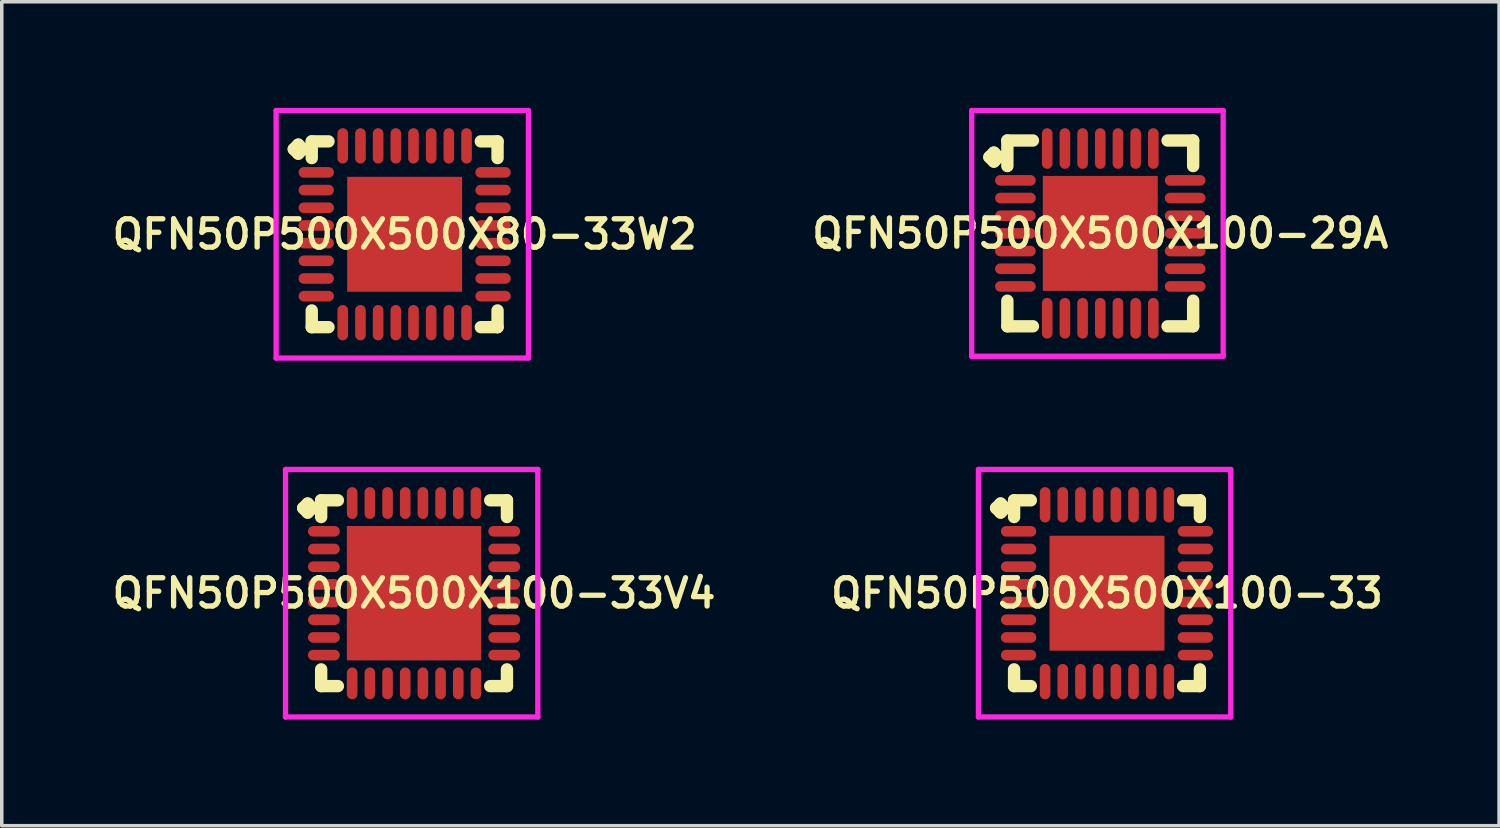
<source format=kicad_pcb>
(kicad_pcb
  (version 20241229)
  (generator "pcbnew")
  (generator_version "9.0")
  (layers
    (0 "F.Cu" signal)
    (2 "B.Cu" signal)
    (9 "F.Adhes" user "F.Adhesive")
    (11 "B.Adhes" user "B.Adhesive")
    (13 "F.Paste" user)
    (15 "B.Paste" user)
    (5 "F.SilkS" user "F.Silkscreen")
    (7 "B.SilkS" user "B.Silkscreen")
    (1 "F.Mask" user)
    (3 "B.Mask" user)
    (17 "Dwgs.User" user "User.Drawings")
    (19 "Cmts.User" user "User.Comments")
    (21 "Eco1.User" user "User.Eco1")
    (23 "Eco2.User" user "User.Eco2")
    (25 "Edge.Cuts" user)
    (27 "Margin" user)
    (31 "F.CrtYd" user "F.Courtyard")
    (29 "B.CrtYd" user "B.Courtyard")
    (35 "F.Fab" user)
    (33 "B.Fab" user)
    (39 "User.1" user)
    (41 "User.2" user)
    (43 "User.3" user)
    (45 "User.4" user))
  (footprint "QFN50P500X500X100-33"
    (layer "F.Cu")
    (at 28.254 13.725)
    (property "Reference" "QFN50P500X500X100-33" (at 0 0 0) (layer "F.SilkS") (effects (font (size 0.8 0.8) (thickness 0.15))))
    (attr smd)
    (fp_line (start -3.135 -2.408) (end -3.008 -2.535) (stroke (width 0.35) (type solid)) (layer "F.SilkS"))
    (fp_line (start -3.008 -2.535) (end -2.881 -2.408) (stroke (width 0.35) (type solid)) (layer "F.SilkS"))
    (fp_line (start -3.008 -2.281) (end -3.135 -2.408) (stroke (width 0.35) (type solid)) (layer "F.SilkS"))
    (fp_line (start -2.881 -2.408) (end -3.008 -2.281) (stroke (width 0.35) (type solid)) (layer "F.SilkS"))
    (fp_line (start -2.627 -2.627) (end -2.154 -2.627) (stroke (width 0.35) (type solid)) (layer "F.SilkS"))
    (fp_line (start -2.627 -2.154) (end -2.627 -2.627) (stroke (width 0.35) (type solid)) (layer "F.SilkS"))
    (fp_line (start -2.627 2.154) (end -2.627 2.627) (stroke (width 0.35) (type solid)) (layer "F.SilkS"))
    (fp_line (start -2.627 2.627) (end -2.154 2.627) (stroke (width 0.35) (type solid)) (layer "F.SilkS"))
    (fp_line (start 2.154 -2.627) (end 2.627 -2.627) (stroke (width 0.35) (type solid)) (layer "F.SilkS"))
    (fp_line (start 2.154 2.627) (end 2.627 2.627) (stroke (width 0.35) (type solid)) (layer "F.SilkS"))
    (fp_line (start 2.627 -2.627) (end 2.627 -2.154) (stroke (width 0.35) (type solid)) (layer "F.SilkS"))
    (fp_line (start 2.627 2.627) (end 2.627 2.154) (stroke (width 0.35) (type solid)) (layer "F.SilkS"))
    (fp_line (start -3.635 -3.5) (end 3.5 -3.5) (stroke (width 0.15) (type solid)) (layer "F.CrtYd"))
    (fp_line (start -3.635 3.5) (end -3.635 -3.5) (stroke (width 0.15) (type solid)) (layer "F.CrtYd"))
    (fp_line (start 3.5 -3.5) (end 3.5 3.5) (stroke (width 0.15) (type solid)) (layer "F.CrtYd"))
    (fp_line (start 3.5 3.5) (end -3.635 3.5) (stroke (width 0.15) (type solid)) (layer "F.CrtYd"))
    (pad "1" smd oval (at -2.5 -1.75) (size 1 0.3) (layers "F.Cu" "F.Mask" "F.Paste"))
    (pad "2" smd oval (at -2.5 -1.25) (size 1 0.3) (layers "F.Cu" "F.Mask" "F.Paste"))
    (pad "3" smd oval (at -2.5 -0.75) (size 1 0.3) (layers "F.Cu" "F.Mask" "F.Paste"))
    (pad "4" smd oval (at -2.5 -0.25) (size 1 0.3) (layers "F.Cu" "F.Mask" "F.Paste"))
    (pad "5" smd oval (at -2.5 0.25) (size 1 0.3) (layers "F.Cu" "F.Mask" "F.Paste"))
    (pad "6" smd oval (at -2.5 0.75) (size 1 0.3) (layers "F.Cu" "F.Mask" "F.Paste"))
    (pad "7" smd oval (at -2.5 1.25) (size 1 0.3) (layers "F.Cu" "F.Mask" "F.Paste"))
    (pad "8" smd oval (at -2.5 1.75) (size 1 0.3) (layers "F.Cu" "F.Mask" "F.Paste"))
    (pad "9" smd oval (at -1.75 2.5) (size 0.3 1) (layers "F.Cu" "F.Mask" "F.Paste"))
    (pad "10" smd oval (at -1.25 2.5) (size 0.3 1) (layers "F.Cu" "F.Mask" "F.Paste"))
    (pad "11" smd oval (at -0.75 2.5) (size 0.3 1) (layers "F.Cu" "F.Mask" "F.Paste"))
    (pad "12" smd oval (at -0.25 2.5) (size 0.3 1) (layers "F.Cu" "F.Mask" "F.Paste"))
    (pad "13" smd oval (at 0.25 2.5) (size 0.3 1) (layers "F.Cu" "F.Mask" "F.Paste"))
    (pad "14" smd oval (at 0.75 2.5) (size 0.3 1) (layers "F.Cu" "F.Mask" "F.Paste"))
    (pad "15" smd oval (at 1.25 2.5) (size 0.3 1) (layers "F.Cu" "F.Mask" "F.Paste"))
    (pad "16" smd oval (at 1.75 2.5) (size 0.3 1) (layers "F.Cu" "F.Mask" "F.Paste"))
    (pad "17" smd oval (at 2.5 1.75) (size 1 0.3) (layers "F.Cu" "F.Mask" "F.Paste"))
    (pad "18" smd oval (at 2.5 1.25) (size 1 0.3) (layers "F.Cu" "F.Mask" "F.Paste"))
    (pad "19" smd oval (at 2.5 0.75) (size 1 0.3) (layers "F.Cu" "F.Mask" "F.Paste"))
    (pad "20" smd oval (at 2.5 0.25) (size 1 0.3) (layers "F.Cu" "F.Mask" "F.Paste"))
    (pad "21" smd oval (at 2.5 -0.25) (size 1 0.3) (layers "F.Cu" "F.Mask" "F.Paste"))
    (pad "22" smd oval (at 2.5 -0.75) (size 1 0.3) (layers "F.Cu" "F.Mask" "F.Paste"))
    (pad "23" smd oval (at 2.5 -1.25) (size 1 0.3) (layers "F.Cu" "F.Mask" "F.Paste"))
    (pad "24" smd oval (at 2.5 -1.75) (size 1 0.3) (layers "F.Cu" "F.Mask" "F.Paste"))
    (pad "25" smd oval (at 1.75 -2.5) (size 0.3 1) (layers "F.Cu" "F.Mask" "F.Paste"))
    (pad "26" smd oval (at 1.25 -2.5) (size 0.3 1) (layers "F.Cu" "F.Mask" "F.Paste"))
    (pad "27" smd oval (at 0.75 -2.5) (size 0.3 1) (layers "F.Cu" "F.Mask" "F.Paste"))
    (pad "28" smd oval (at 0.25 -2.5) (size 0.3 1) (layers "F.Cu" "F.Mask" "F.Paste"))
    (pad "29" smd oval (at -0.25 -2.5) (size 0.3 1) (layers "F.Cu" "F.Mask" "F.Paste"))
    (pad "30" smd oval (at -0.75 -2.5) (size 0.3 1) (layers "F.Cu" "F.Mask" "F.Paste"))
    (pad "31" smd oval (at -1.25 -2.5) (size 0.3 1) (layers "F.Cu" "F.Mask" "F.Paste"))
    (pad "32" smd oval (at -1.75 -2.5) (size 0.3 1) (layers "F.Cu" "F.Mask" "F.Paste"))
    (pad "33" smd rect (at 0 0) (size 3.25 3.25) (layers "F.Cu" "F.Mask" "F.Paste")))
  (footprint "QFN50P500X500X80-33W2"
    (layer "F.Cu")
    (at 8.393 3.575)
    (property "Reference" "QFN50P500X500X80-33W2" (at 0 0 0) (layer "F.SilkS") (effects (font (size 0.8 0.8) (thickness 0.15))))
    (attr smd)
    (fp_line (start -3.135 -2.408) (end -3.008 -2.535) (stroke (width 0.35) (type solid)) (layer "F.SilkS"))
    (fp_line (start -3.008 -2.535) (end -2.881 -2.408) (stroke (width 0.35) (type solid)) (layer "F.SilkS"))
    (fp_line (start -3.008 -2.281) (end -3.135 -2.408) (stroke (width 0.35) (type solid)) (layer "F.SilkS"))
    (fp_line (start -2.881 -2.408) (end -3.008 -2.281) (stroke (width 0.35) (type solid)) (layer "F.SilkS"))
    (fp_line (start -2.627 -2.627) (end -2.154 -2.627) (stroke (width 0.35) (type solid)) (layer "F.SilkS"))
    (fp_line (start -2.627 -2.154) (end -2.627 -2.627) (stroke (width 0.35) (type solid)) (layer "F.SilkS"))
    (fp_line (start -2.627 2.154) (end -2.627 2.627) (stroke (width 0.35) (type solid)) (layer "F.SilkS"))
    (fp_line (start -2.627 2.627) (end -2.154 2.627) (stroke (width 0.35) (type solid)) (layer "F.SilkS"))
    (fp_line (start 2.154 -2.627) (end 2.627 -2.627) (stroke (width 0.35) (type solid)) (layer "F.SilkS"))
    (fp_line (start 2.154 2.627) (end 2.627 2.627) (stroke (width 0.35) (type solid)) (layer "F.SilkS"))
    (fp_line (start 2.627 -2.627) (end 2.627 -2.154) (stroke (width 0.35) (type solid)) (layer "F.SilkS"))
    (fp_line (start 2.627 2.627) (end 2.627 2.154) (stroke (width 0.35) (type solid)) (layer "F.SilkS"))
    (fp_line (start -3.635 -3.5) (end 3.5 -3.5) (stroke (width 0.15) (type solid)) (layer "F.CrtYd"))
    (fp_line (start -3.635 3.5) (end -3.635 -3.5) (stroke (width 0.15) (type solid)) (layer "F.CrtYd"))
    (fp_line (start 3.5 -3.5) (end 3.5 3.5) (stroke (width 0.15) (type solid)) (layer "F.CrtYd"))
    (fp_line (start 3.5 3.5) (end -3.635 3.5) (stroke (width 0.15) (type solid)) (layer "F.CrtYd"))
    (pad "1" smd oval (at -2.5 -1.75) (size 1 0.3) (layers "F.Cu" "F.Mask" "F.Paste"))
    (pad "2" smd oval (at -2.5 -1.25) (size 1 0.3) (layers "F.Cu" "F.Mask" "F.Paste"))
    (pad "3" smd oval (at -2.5 -0.75) (size 1 0.3) (layers "F.Cu" "F.Mask" "F.Paste"))
    (pad "4" smd oval (at -2.5 -0.25) (size 1 0.3) (layers "F.Cu" "F.Mask" "F.Paste"))
    (pad "5" smd oval (at -2.5 0.25) (size 1 0.3) (layers "F.Cu" "F.Mask" "F.Paste"))
    (pad "6" smd oval (at -2.5 0.75) (size 1 0.3) (layers "F.Cu" "F.Mask" "F.Paste"))
    (pad "7" smd oval (at -2.5 1.25) (size 1 0.3) (layers "F.Cu" "F.Mask" "F.Paste"))
    (pad "8" smd oval (at -2.5 1.75) (size 1 0.3) (layers "F.Cu" "F.Mask" "F.Paste"))
    (pad "9" smd oval (at -1.75 2.5) (size 0.3 1) (layers "F.Cu" "F.Mask" "F.Paste"))
    (pad "10" smd oval (at -1.25 2.5) (size 0.3 1) (layers "F.Cu" "F.Mask" "F.Paste"))
    (pad "11" smd oval (at -0.75 2.5) (size 0.3 1) (layers "F.Cu" "F.Mask" "F.Paste"))
    (pad "12" smd oval (at -0.25 2.5) (size 0.3 1) (layers "F.Cu" "F.Mask" "F.Paste"))
    (pad "13" smd oval (at 0.25 2.5) (size 0.3 1) (layers "F.Cu" "F.Mask" "F.Paste"))
    (pad "14" smd oval (at 0.75 2.5) (size 0.3 1) (layers "F.Cu" "F.Mask" "F.Paste"))
    (pad "15" smd oval (at 1.25 2.5) (size 0.3 1) (layers "F.Cu" "F.Mask" "F.Paste"))
    (pad "16" smd oval (at 1.75 2.5) (size 0.3 1) (layers "F.Cu" "F.Mask" "F.Paste"))
    (pad "17" smd oval (at 2.5 1.75) (size 1 0.3) (layers "F.Cu" "F.Mask" "F.Paste"))
    (pad "18" smd oval (at 2.5 1.25) (size 1 0.3) (layers "F.Cu" "F.Mask" "F.Paste"))
    (pad "19" smd oval (at 2.5 0.75) (size 1 0.3) (layers "F.Cu" "F.Mask" "F.Paste"))
    (pad "20" smd oval (at 2.5 0.25) (size 1 0.3) (layers "F.Cu" "F.Mask" "F.Paste"))
    (pad "21" smd oval (at 2.5 -0.25) (size 1 0.3) (layers "F.Cu" "F.Mask" "F.Paste"))
    (pad "22" smd oval (at 2.5 -0.75) (size 1 0.3) (layers "F.Cu" "F.Mask" "F.Paste"))
    (pad "23" smd oval (at 2.5 -1.25) (size 1 0.3) (layers "F.Cu" "F.Mask" "F.Paste"))
    (pad "24" smd oval (at 2.5 -1.75) (size 1 0.3) (layers "F.Cu" "F.Mask" "F.Paste"))
    (pad "25" smd oval (at 1.75 -2.5) (size 0.3 1) (layers "F.Cu" "F.Mask" "F.Paste"))
    (pad "26" smd oval (at 1.25 -2.5) (size 0.3 1) (layers "F.Cu" "F.Mask" "F.Paste"))
    (pad "27" smd oval (at 0.75 -2.5) (size 0.3 1) (layers "F.Cu" "F.Mask" "F.Paste"))
    (pad "28" smd oval (at 0.25 -2.5) (size 0.3 1) (layers "F.Cu" "F.Mask" "F.Paste"))
    (pad "29" smd oval (at -0.25 -2.5) (size 0.3 1) (layers "F.Cu" "F.Mask" "F.Paste"))
    (pad "30" smd oval (at -0.75 -2.5) (size 0.3 1) (layers "F.Cu" "F.Mask" "F.Paste"))
    (pad "31" smd oval (at -1.25 -2.5) (size 0.3 1) (layers "F.Cu" "F.Mask" "F.Paste"))
    (pad "32" smd oval (at -1.75 -2.5) (size 0.3 1) (layers "F.Cu" "F.Mask" "F.Paste"))
    (pad "33" smd rect (at 0 0) (size 3.25 3.25) (layers "F.Cu" "F.Mask" "F.Paste")))
  (footprint "QFN50P500X500X100-33V4"
    (layer "F.Cu")
    (at 8.659 13.725)
    (property "Reference" "QFN50P500X500X100-33V4" (at 0 0 0) (layer "F.SilkS") (effects (font (size 0.8 0.8) (thickness 0.15))))
    (attr smd)
    (fp_line (start -3.135 -2.408) (end -3.008 -2.535) (stroke (width 0.35) (type solid)) (layer "F.SilkS"))
    (fp_line (start -3.008 -2.535) (end -2.881 -2.408) (stroke (width 0.35) (type solid)) (layer "F.SilkS"))
    (fp_line (start -3.008 -2.281) (end -3.135 -2.408) (stroke (width 0.35) (type solid)) (layer "F.SilkS"))
    (fp_line (start -2.881 -2.408) (end -3.008 -2.281) (stroke (width 0.35) (type solid)) (layer "F.SilkS"))
    (fp_line (start -2.627 -2.627) (end -2.154 -2.627) (stroke (width 0.35) (type solid)) (layer "F.SilkS"))
    (fp_line (start -2.627 -2.154) (end -2.627 -2.627) (stroke (width 0.35) (type solid)) (layer "F.SilkS"))
    (fp_line (start -2.627 2.154) (end -2.627 2.627) (stroke (width 0.35) (type solid)) (layer "F.SilkS"))
    (fp_line (start -2.627 2.627) (end -2.154 2.627) (stroke (width 0.35) (type solid)) (layer "F.SilkS"))
    (fp_line (start 2.154 -2.627) (end 2.627 -2.627) (stroke (width 0.35) (type solid)) (layer "F.SilkS"))
    (fp_line (start 2.154 2.627) (end 2.627 2.627) (stroke (width 0.35) (type solid)) (layer "F.SilkS"))
    (fp_line (start 2.627 -2.627) (end 2.627 -2.154) (stroke (width 0.35) (type solid)) (layer "F.SilkS"))
    (fp_line (start 2.627 2.627) (end 2.627 2.154) (stroke (width 0.35) (type solid)) (layer "F.SilkS"))
    (fp_line (start -3.635 -3.5) (end 3.5 -3.5) (stroke (width 0.15) (type solid)) (layer "F.CrtYd"))
    (fp_line (start -3.635 3.5) (end -3.635 -3.5) (stroke (width 0.15) (type solid)) (layer "F.CrtYd"))
    (fp_line (start 3.5 -3.5) (end 3.5 3.5) (stroke (width 0.15) (type solid)) (layer "F.CrtYd"))
    (fp_line (start 3.5 3.5) (end -3.635 3.5) (stroke (width 0.15) (type solid)) (layer "F.CrtYd"))
    (pad "1" smd oval (at -2.55 -1.75) (size 0.9 0.3) (layers "F.Cu" "F.Mask" "F.Paste"))
    (pad "2" smd oval (at -2.55 -1.25) (size 0.9 0.3) (layers "F.Cu" "F.Mask" "F.Paste"))
    (pad "3" smd oval (at -2.55 -0.75) (size 0.9 0.3) (layers "F.Cu" "F.Mask" "F.Paste"))
    (pad "4" smd oval (at -2.55 -0.25) (size 0.9 0.3) (layers "F.Cu" "F.Mask" "F.Paste"))
    (pad "5" smd oval (at -2.55 0.25) (size 0.9 0.3) (layers "F.Cu" "F.Mask" "F.Paste"))
    (pad "6" smd oval (at -2.55 0.75) (size 0.9 0.3) (layers "F.Cu" "F.Mask" "F.Paste"))
    (pad "7" smd oval (at -2.55 1.25) (size 0.9 0.3) (layers "F.Cu" "F.Mask" "F.Paste"))
    (pad "8" smd oval (at -2.55 1.75) (size 0.9 0.3) (layers "F.Cu" "F.Mask" "F.Paste"))
    (pad "9" smd oval (at -1.75 2.55) (size 0.3 0.9) (layers "F.Cu" "F.Mask" "F.Paste"))
    (pad "10" smd oval (at -1.25 2.55) (size 0.3 0.9) (layers "F.Cu" "F.Mask" "F.Paste"))
    (pad "11" smd oval (at -0.75 2.55) (size 0.3 0.9) (layers "F.Cu" "F.Mask" "F.Paste"))
    (pad "12" smd oval (at -0.25 2.55) (size 0.3 0.9) (layers "F.Cu" "F.Mask" "F.Paste"))
    (pad "13" smd oval (at 0.25 2.55) (size 0.3 0.9) (layers "F.Cu" "F.Mask" "F.Paste"))
    (pad "14" smd oval (at 0.75 2.55) (size 0.3 0.9) (layers "F.Cu" "F.Mask" "F.Paste"))
    (pad "15" smd oval (at 1.25 2.55) (size 0.3 0.9) (layers "F.Cu" "F.Mask" "F.Paste"))
    (pad "16" smd oval (at 1.75 2.55) (size 0.3 0.9) (layers "F.Cu" "F.Mask" "F.Paste"))
    (pad "17" smd oval (at 2.55 1.75) (size 0.9 0.3) (layers "F.Cu" "F.Mask" "F.Paste"))
    (pad "18" smd oval (at 2.55 1.25) (size 0.9 0.3) (layers "F.Cu" "F.Mask" "F.Paste"))
    (pad "19" smd oval (at 2.55 0.75) (size 0.9 0.3) (layers "F.Cu" "F.Mask" "F.Paste"))
    (pad "20" smd oval (at 2.55 0.25) (size 0.9 0.3) (layers "F.Cu" "F.Mask" "F.Paste"))
    (pad "21" smd oval (at 2.55 -0.25) (size 0.9 0.3) (layers "F.Cu" "F.Mask" "F.Paste"))
    (pad "22" smd oval (at 2.55 -0.75) (size 0.9 0.3) (layers "F.Cu" "F.Mask" "F.Paste"))
    (pad "23" smd oval (at 2.55 -1.25) (size 0.9 0.3) (layers "F.Cu" "F.Mask" "F.Paste"))
    (pad "24" smd oval (at 2.55 -1.75) (size 0.9 0.3) (layers "F.Cu" "F.Mask" "F.Paste"))
    (pad "25" smd oval (at 1.75 -2.55) (size 0.3 0.9) (layers "F.Cu" "F.Mask" "F.Paste"))
    (pad "26" smd oval (at 1.25 -2.55) (size 0.3 0.9) (layers "F.Cu" "F.Mask" "F.Paste"))
    (pad "27" smd oval (at 0.75 -2.55) (size 0.3 0.9) (layers "F.Cu" "F.Mask" "F.Paste"))
    (pad "28" smd oval (at 0.25 -2.55) (size 0.3 0.9) (layers "F.Cu" "F.Mask" "F.Paste"))
    (pad "29" smd oval (at -0.25 -2.55) (size 0.3 0.9) (layers "F.Cu" "F.Mask" "F.Paste"))
    (pad "30" smd oval (at -0.75 -2.55) (size 0.3 0.9) (layers "F.Cu" "F.Mask" "F.Paste"))
    (pad "31" smd oval (at -1.25 -2.55) (size 0.3 0.9) (layers "F.Cu" "F.Mask" "F.Paste"))
    (pad "32" smd oval (at -1.75 -2.55) (size 0.3 0.9) (layers "F.Cu" "F.Mask" "F.Paste"))
    (pad "33" smd rect (at 0 0) (size 3.8 3.8) (layers "F.Cu" "F.Mask" "F.Paste")))
  (footprint "QFN50P500X500X100-29A"
    (layer "F.Cu")
    (at 28.064 3.55)
    (property "Reference" "QFN50P500X500X100-29A" (at 0 0 0) (layer "F.SilkS") (effects (font (size 0.8 0.8) (thickness 0.15))))
    (attr smd)
    (fp_line (start -3.135 -2.158) (end -3.008 -2.285) (stroke (width 0.35) (type solid)) (layer "F.SilkS"))
    (fp_line (start -3.008 -2.285) (end -2.881 -2.158) (stroke (width 0.35) (type solid)) (layer "F.SilkS"))
    (fp_line (start -3.008 -2.031) (end -3.135 -2.158) (stroke (width 0.35) (type solid)) (layer "F.SilkS"))
    (fp_line (start -2.881 -2.158) (end -3.008 -2.031) (stroke (width 0.35) (type solid)) (layer "F.SilkS"))
    (fp_line (start -2.627 -2.627) (end -1.904 -2.627) (stroke (width 0.35) (type solid)) (layer "F.SilkS"))
    (fp_line (start -2.627 -1.904) (end -2.627 -2.627) (stroke (width 0.35) (type solid)) (layer "F.SilkS"))
    (fp_line (start -2.627 1.904) (end -2.627 2.627) (stroke (width 0.35) (type solid)) (layer "F.SilkS"))
    (fp_line (start -2.627 2.627) (end -1.904 2.627) (stroke (width 0.35) (type solid)) (layer "F.SilkS"))
    (fp_line (start 1.904 -2.627) (end 2.627 -2.627) (stroke (width 0.35) (type solid)) (layer "F.SilkS"))
    (fp_line (start 1.904 2.627) (end 2.627 2.627) (stroke (width 0.35) (type solid)) (layer "F.SilkS"))
    (fp_line (start 2.627 -2.627) (end 2.627 -1.904) (stroke (width 0.35) (type solid)) (layer "F.SilkS"))
    (fp_line (start 2.627 2.627) (end 2.627 1.904) (stroke (width 0.35) (type solid)) (layer "F.SilkS"))
    (fp_line (start -3.635 -3.475) (end 3.475 -3.475) (stroke (width 0.15) (type solid)) (layer "F.CrtYd"))
    (fp_line (start -3.635 3.475) (end -3.635 -3.475) (stroke (width 0.15) (type solid)) (layer "F.CrtYd"))
    (fp_line (start 3.475 -3.475) (end 3.475 3.475) (stroke (width 0.15) (type solid)) (layer "F.CrtYd"))
    (fp_line (start 3.475 3.475) (end -3.635 3.475) (stroke (width 0.15) (type solid)) (layer "F.CrtYd"))
    (pad "1" smd oval (at -2.4 -1.5) (size 1.15 0.3) (layers "F.Cu" "F.Mask" "F.Paste"))
    (pad "2" smd oval (at -2.4 -1) (size 1.15 0.3) (layers "F.Cu" "F.Mask" "F.Paste"))
    (pad "3" smd oval (at -2.4 -0.5) (size 1.15 0.3) (layers "F.Cu" "F.Mask" "F.Paste"))
    (pad "4" smd oval (at -2.4 0) (size 1.15 0.3) (layers "F.Cu" "F.Mask" "F.Paste"))
    (pad "5" smd oval (at -2.4 0.5) (size 1.15 0.3) (layers "F.Cu" "F.Mask" "F.Paste"))
    (pad "6" smd oval (at -2.4 1) (size 1.15 0.3) (layers "F.Cu" "F.Mask" "F.Paste"))
    (pad "7" smd oval (at -2.4 1.5) (size 1.15 0.3) (layers "F.Cu" "F.Mask" "F.Paste"))
    (pad "8" smd oval (at -1.5 2.4) (size 0.3 1.15) (layers "F.Cu" "F.Mask" "F.Paste"))
    (pad "9" smd oval (at -1 2.4) (size 0.3 1.15) (layers "F.Cu" "F.Mask" "F.Paste"))
    (pad "10" smd oval (at -0.5 2.4) (size 0.3 1.15) (layers "F.Cu" "F.Mask" "F.Paste"))
    (pad "11" smd oval (at 0 2.4) (size 0.3 1.15) (layers "F.Cu" "F.Mask" "F.Paste"))
    (pad "12" smd oval (at 0.5 2.4) (size 0.3 1.15) (layers "F.Cu" "F.Mask" "F.Paste"))
    (pad "13" smd oval (at 1 2.4) (size 0.3 1.15) (layers "F.Cu" "F.Mask" "F.Paste"))
    (pad "14" smd oval (at 1.5 2.4) (size 0.3 1.15) (layers "F.Cu" "F.Mask" "F.Paste"))
    (pad "15" smd oval (at 2.4 1.5) (size 1.15 0.3) (layers "F.Cu" "F.Mask" "F.Paste"))
    (pad "16" smd oval (at 2.4 1) (size 1.15 0.3) (layers "F.Cu" "F.Mask" "F.Paste"))
    (pad "17" smd oval (at 2.4 0.5) (size 1.15 0.3) (layers "F.Cu" "F.Mask" "F.Paste"))
    (pad "18" smd oval (at 2.4 0) (size 1.15 0.3) (layers "F.Cu" "F.Mask" "F.Paste"))
    (pad "19" smd oval (at 2.4 -0.5) (size 1.15 0.3) (layers "F.Cu" "F.Mask" "F.Paste"))
    (pad "20" smd oval (at 2.4 -1) (size 1.15 0.3) (layers "F.Cu" "F.Mask" "F.Paste"))
    (pad "21" smd oval (at 2.4 -1.5) (size 1.15 0.3) (layers "F.Cu" "F.Mask" "F.Paste"))
    (pad "22" smd oval (at 1.5 -2.4) (size 0.3 1.15) (layers "F.Cu" "F.Mask" "F.Paste"))
    (pad "23" smd oval (at 1 -2.4) (size 0.3 1.15) (layers "F.Cu" "F.Mask" "F.Paste"))
    (pad "24" smd oval (at 0.5 -2.4) (size 0.3 1.15) (layers "F.Cu" "F.Mask" "F.Paste"))
    (pad "25" smd oval (at 0 -2.4) (size 0.3 1.15) (layers "F.Cu" "F.Mask" "F.Paste"))
    (pad "26" smd oval (at -0.5 -2.4) (size 0.3 1.15) (layers "F.Cu" "F.Mask" "F.Paste"))
    (pad "27" smd oval (at -1 -2.4) (size 0.3 1.15) (layers "F.Cu" "F.Mask" "F.Paste"))
    (pad "28" smd oval (at -1.5 -2.4) (size 0.3 1.15) (layers "F.Cu" "F.Mask" "F.Paste"))
    (pad "29" smd rect (at 0 0) (size 3.25 3.25) (layers "F.Cu" "F.Mask" "F.Paste")))
  (gr_rect
    (start -3 -3)
    (end 39.342 20.3)
    (stroke (width 0.1) (type default))
    (fill no)
    (layer "Edge.Cuts")))
</source>
